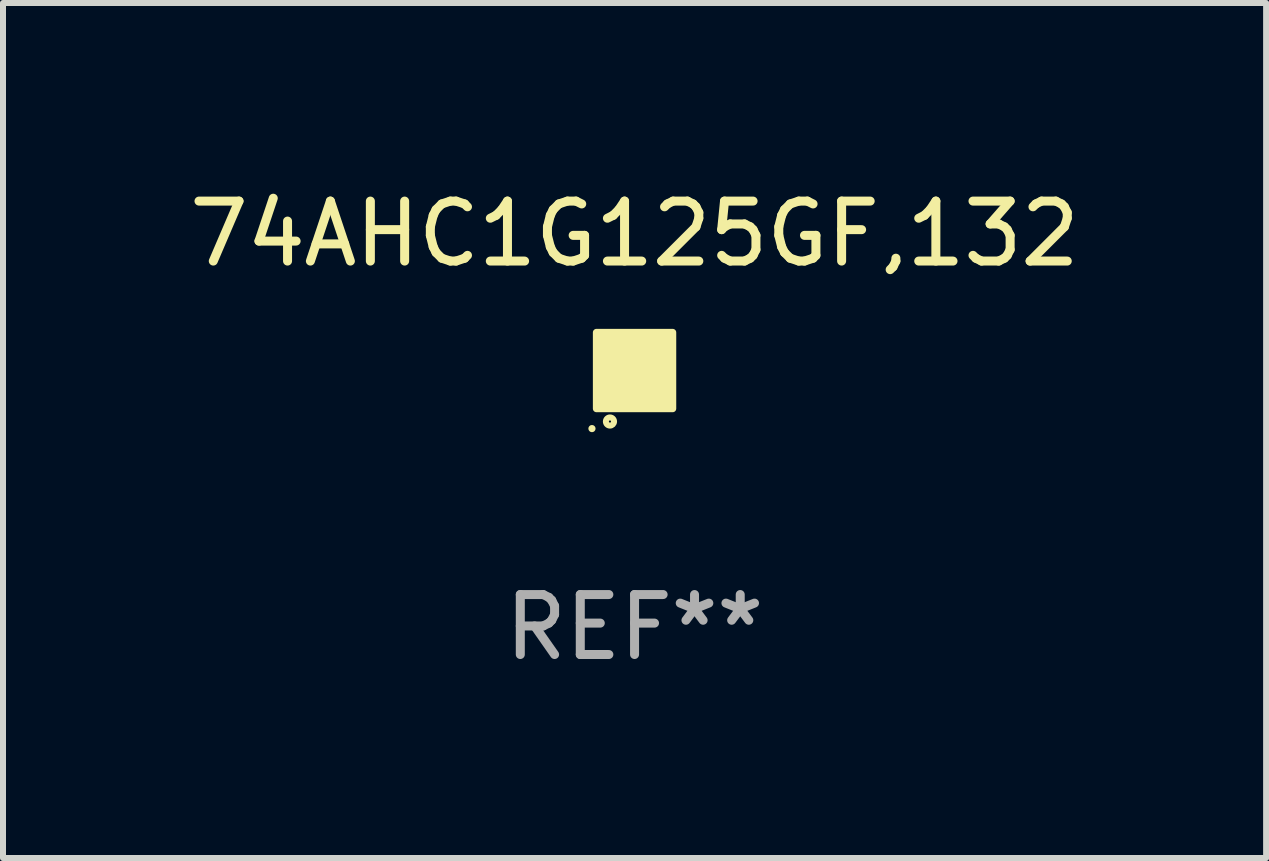
<source format=kicad_pcb>
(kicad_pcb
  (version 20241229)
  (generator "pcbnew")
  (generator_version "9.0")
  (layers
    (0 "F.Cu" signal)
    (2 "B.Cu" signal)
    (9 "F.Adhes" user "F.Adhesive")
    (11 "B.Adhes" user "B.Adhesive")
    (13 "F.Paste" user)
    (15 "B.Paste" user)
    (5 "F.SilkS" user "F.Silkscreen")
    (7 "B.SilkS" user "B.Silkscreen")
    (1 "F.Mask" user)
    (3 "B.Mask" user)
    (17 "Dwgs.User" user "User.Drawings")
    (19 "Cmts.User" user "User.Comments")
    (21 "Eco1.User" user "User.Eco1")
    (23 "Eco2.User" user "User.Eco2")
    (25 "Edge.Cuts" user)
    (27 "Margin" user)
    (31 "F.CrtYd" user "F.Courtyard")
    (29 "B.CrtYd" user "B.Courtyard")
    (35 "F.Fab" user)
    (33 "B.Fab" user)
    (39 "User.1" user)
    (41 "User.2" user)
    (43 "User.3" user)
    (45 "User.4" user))
  (footprint "74AHC1G125GF,132"
    (layer "F.Cu")
    (at 7.53 3.128)
    (property "Reference" "74AHC1G125GF,132" (at 0 -2.28 0) (layer "F.SilkS") (effects (font (size 1 1) (thickness 0.15))))
    (attr through_hole)
    (fp_circle (center -0.71 0.968) (end -0.68 0.968) (stroke (width 0.06) (type solid)) (fill no) (layer "F.SilkS"))
    (fp_circle (center -0.41 0.85) (end -0.342 0.85) (stroke (width 0.1) (type solid)) (fill no) (layer "F.SilkS"))
    (fp_poly (pts (xy -0.635 -0.635) (xy 0.635 -0.635) (xy 0.635 0.635) (xy -0.635 0.635)) (stroke (width 0.12) (type solid)) (fill yes) (layer "F.SilkS"))
    (fp_text user "REF**" (at 0 4.28 0) (layer "F.Fab") (effects (font (size 1 1) (thickness 0.15))))
    (pad "1" smd rect (at -0.35 0.28 90) (size 0.35 0.2) (layers "F.Cu" "F.Mask" "F.Paste"))
    (pad "2" smd rect (at 0 0.28 90) (size 0.35 0.2) (layers "F.Cu" "F.Mask" "F.Paste"))
    (pad "3" smd rect (at 0.35 0.28 90) (size 0.35 0.2) (layers "F.Cu" "F.Mask" "F.Paste"))
    (pad "4" smd rect (at 0.35 -0.28 90) (size 0.35 0.2) (layers "F.Cu" "F.Mask" "F.Paste"))
    (pad "5" smd rect (at 0 -0.28 90) (size 0.35 0.2) (layers "F.Cu" "F.Mask" "F.Paste"))
    (pad "6" smd rect (at -0.35 -0.28 90) (size 0.35 0.2) (layers "F.Cu" "F.Mask" "F.Paste")))
  (gr_rect
    (start -3 -3)
    (end 18.06 11.256)
    (stroke (width 0.1) (type default))
    (fill no)
    (layer "Edge.Cuts")))
</source>
